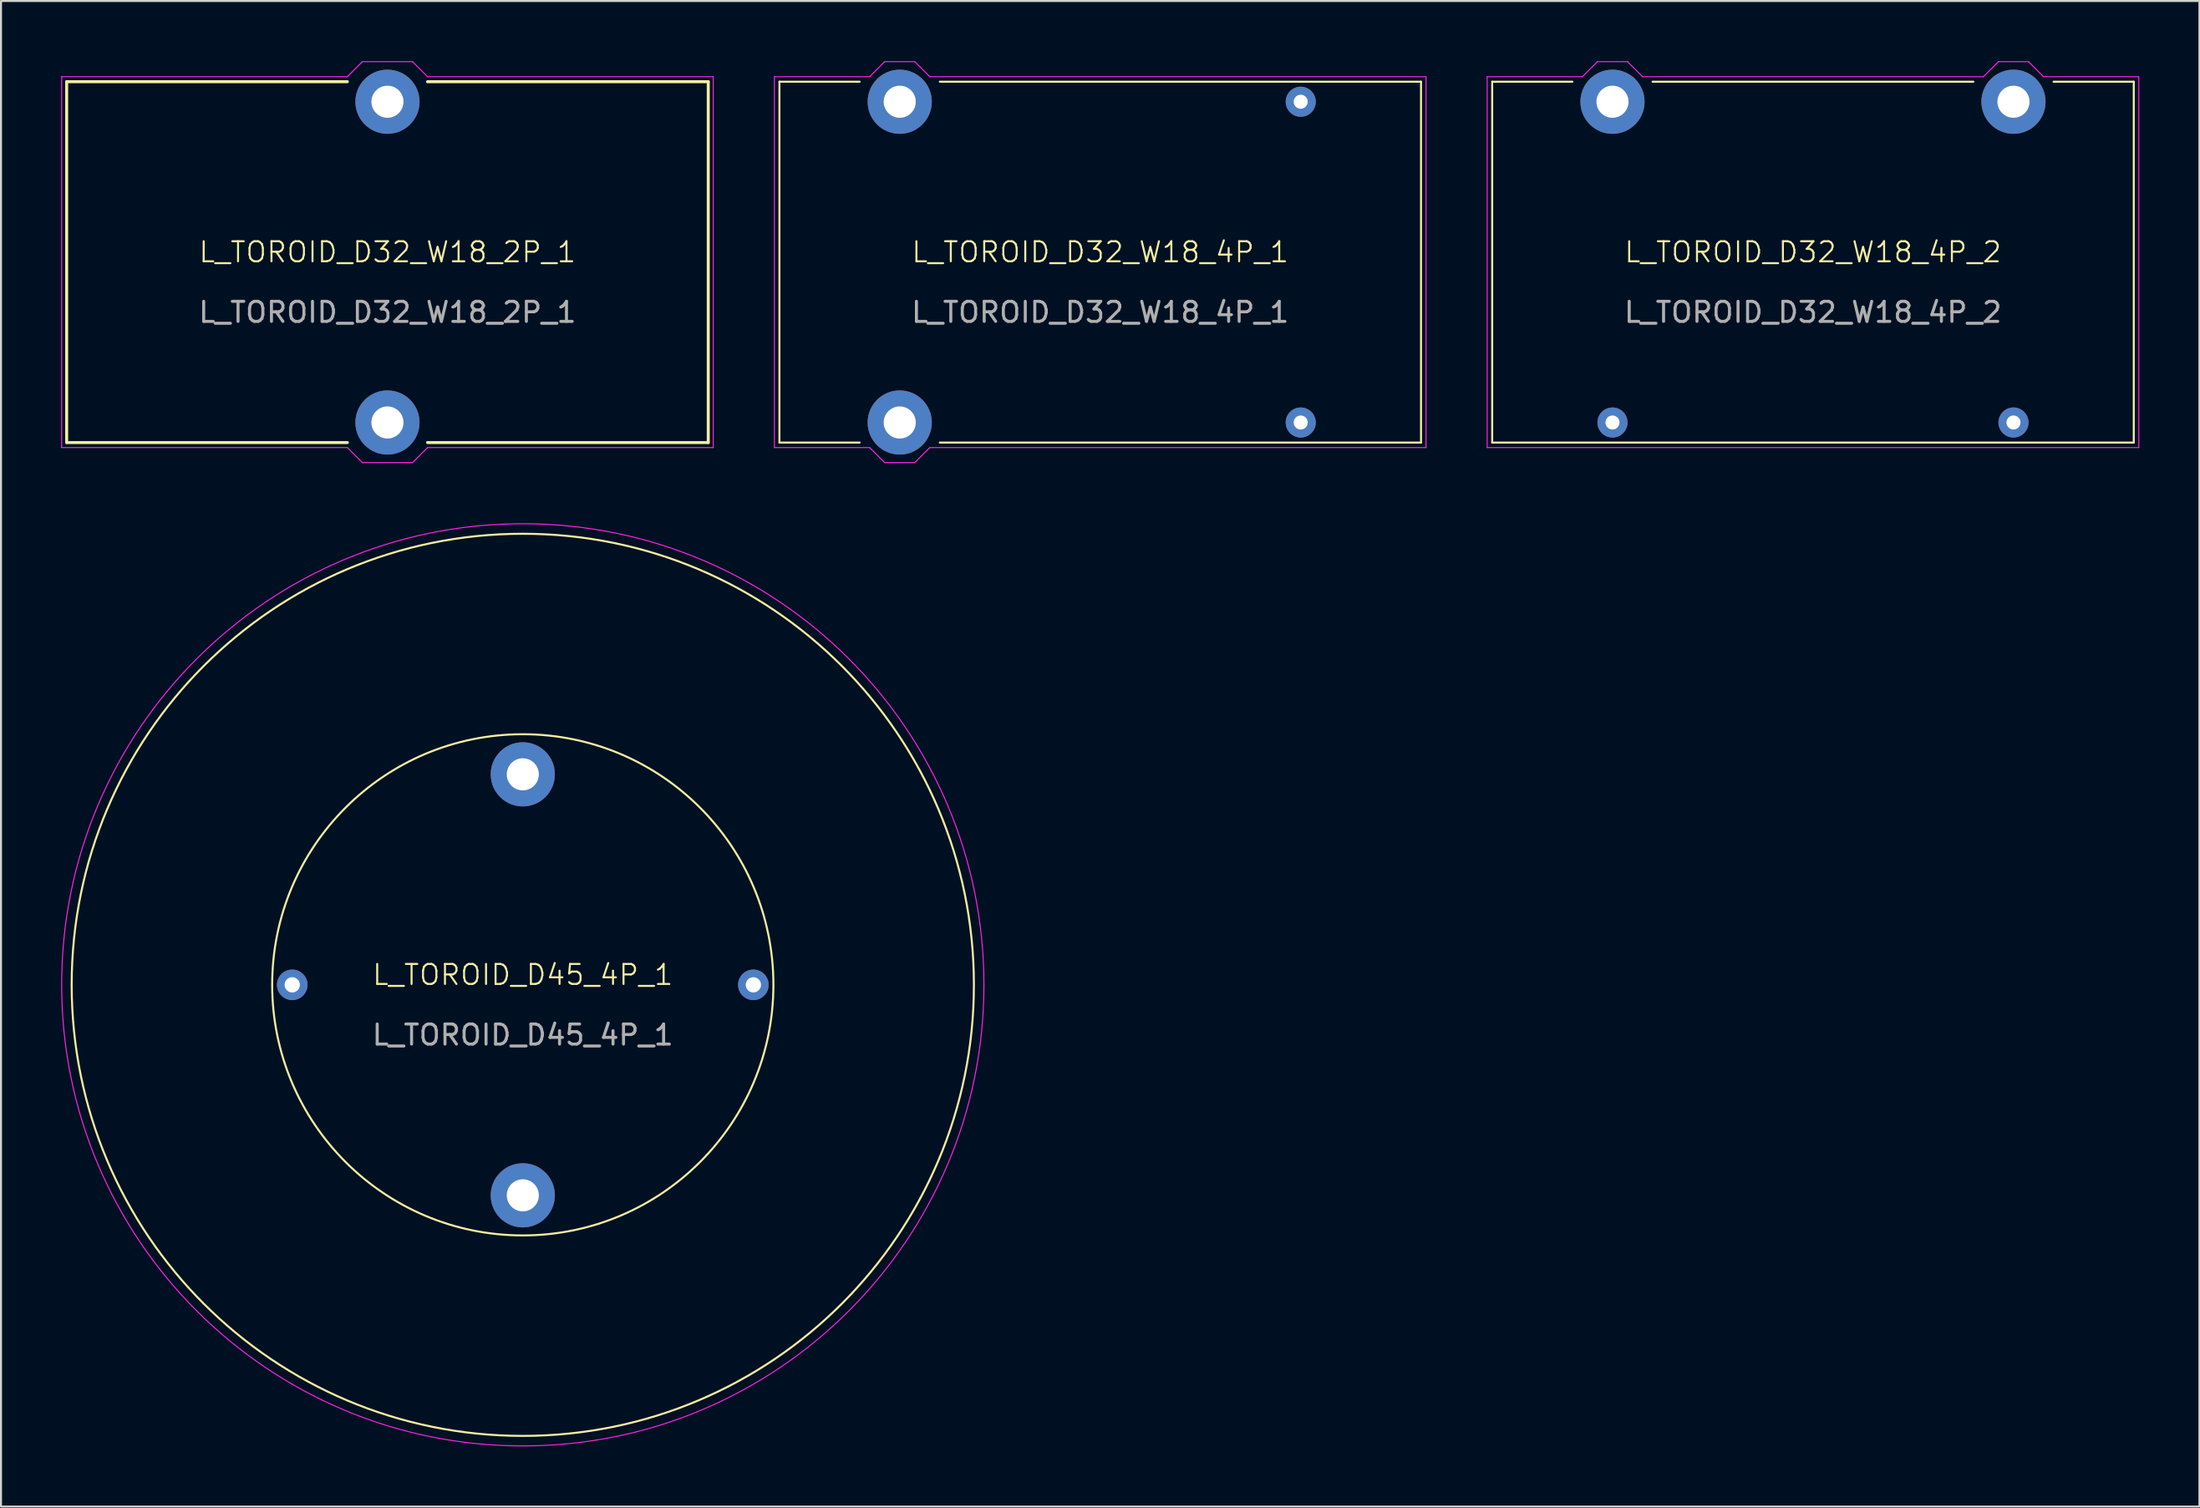
<source format=kicad_pcb>
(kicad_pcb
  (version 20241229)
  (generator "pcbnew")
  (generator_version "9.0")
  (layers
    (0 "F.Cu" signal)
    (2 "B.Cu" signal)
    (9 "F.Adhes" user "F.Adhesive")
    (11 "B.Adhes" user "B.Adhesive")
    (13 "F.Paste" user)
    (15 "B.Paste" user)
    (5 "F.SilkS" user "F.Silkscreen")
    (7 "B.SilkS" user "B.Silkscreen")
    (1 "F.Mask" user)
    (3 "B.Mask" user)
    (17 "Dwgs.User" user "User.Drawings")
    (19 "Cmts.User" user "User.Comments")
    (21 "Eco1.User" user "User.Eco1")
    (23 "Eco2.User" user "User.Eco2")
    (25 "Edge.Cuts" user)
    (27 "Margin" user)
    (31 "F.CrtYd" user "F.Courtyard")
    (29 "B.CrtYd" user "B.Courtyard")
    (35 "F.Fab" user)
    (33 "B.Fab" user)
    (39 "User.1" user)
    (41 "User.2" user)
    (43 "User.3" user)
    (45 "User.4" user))
  (footprint "L_TOROID_D45_4P_1"
    (layer "F.Cu")
    (at 23.025 46.075)
    (property "Reference" "L_TOROID_D45_4P_1" (at 0 -0.5 0) (unlocked yes) (layer "F.SilkS") (effects (font (size 1 1) (thickness 0.1))))
    (attr through_hole)
    (fp_circle (center 0 0) (end 12.5 0) (stroke (width 0.1) (type default)) (fill no) (layer "F.SilkS"))
    (fp_circle (center 0 0) (end 22.5 0) (stroke (width 0.1) (type default)) (fill no) (layer "F.SilkS"))
    (fp_circle (center 0 0) (end 23 0) (stroke (width 0.05) (type default)) (fill no) (layer "F.CrtYd"))
    (fp_text user "${REFERENCE}" (at 0 2.5 0) (unlocked yes) (layer "F.Fab") (effects (font (size 1 1) (thickness 0.15))))
    (pad "1" thru_hole circle (at 0 -10.5) (size 3.2 3.2) (drill 1.6) (layers "*.Cu" "*.Mask"))
    (pad "2" thru_hole circle (at 0 10.5) (size 3.2 3.2) (drill 1.6) (layers "*.Cu" "*.Mask"))
    (pad "3" thru_hole circle (at -11.5 0) (size 1.524 1.524) (drill 0.762) (layers "*.Cu" "*.Mask"))
    (pad "4" thru_hole circle (at 11.5 0) (size 1.524 1.524) (drill 0.762) (layers "*.Cu" "*.Mask")))
  (footprint "L_TOROID_D32_W18_2P_1"
    (layer "F.Cu")
    (at 16.275 10.025)
    (property "Reference" "L_TOROID_D32_W18_2P_1" (at 0 -0.5 0) (unlocked yes) (layer "F.SilkS") (effects (font (size 1 1) (thickness 0.1))))
    (attr through_hole)
    (fp_line (start -16 -9) (end -16 9) (stroke (width 0.15) (type default)) (layer "F.SilkS"))
    (fp_line (start -2 -9) (end -16 -9) (stroke (width 0.15) (type default)) (layer "F.SilkS"))
    (fp_line (start -2 9) (end -16 9) (stroke (width 0.15) (type default)) (layer "F.SilkS"))
    (fp_line (start 16 -9) (end 2 -9) (stroke (width 0.15) (type default)) (layer "F.SilkS"))
    (fp_line (start 16 -9) (end 16 9) (stroke (width 0.15) (type default)) (layer "F.SilkS"))
    (fp_line (start 16 9) (end 2 9) (stroke (width 0.15) (type default)) (layer "F.SilkS"))
    (fp_line (start -16.25 -9.25) (end -2 -9.25) (stroke (width 0.05) (type default)) (layer "F.CrtYd"))
    (fp_line (start -16.25 9.25) (end -16.25 -9.25) (stroke (width 0.05) (type default)) (layer "F.CrtYd"))
    (fp_line (start -2 -9.25) (end -1.25 -10) (stroke (width 0.05) (type default)) (layer "F.CrtYd"))
    (fp_line (start -2 9.25) (end -16.25 9.25) (stroke (width 0.05) (type default)) (layer "F.CrtYd"))
    (fp_line (start -2 9.25) (end -1.25 10) (stroke (width 0.05) (type default)) (layer "F.CrtYd"))
    (fp_line (start -1.25 -10) (end 1.25 -10) (stroke (width 0.05) (type default)) (layer "F.CrtYd"))
    (fp_line (start -1.25 10) (end 1.25 10) (stroke (width 0.05) (type default)) (layer "F.CrtYd"))
    (fp_line (start 1.25 -10) (end 2 -9.25) (stroke (width 0.05) (type default)) (layer "F.CrtYd"))
    (fp_line (start 1.25 10) (end 2 9.25) (stroke (width 0.05) (type default)) (layer "F.CrtYd"))
    (fp_line (start 2 -9.25) (end 16.25 -9.25) (stroke (width 0.05) (type default)) (layer "F.CrtYd"))
    (fp_line (start 2 9.25) (end 16.25 9.25) (stroke (width 0.05) (type default)) (layer "F.CrtYd"))
    (fp_line (start 16.25 -9.25) (end 16.25 9.25) (stroke (width 0.05) (type default)) (layer "F.CrtYd"))
    (fp_text user "${REFERENCE}" (at 0 2.5 0) (unlocked yes) (layer "F.Fab") (effects (font (size 1 1) (thickness 0.15))))
    (pad "1" thru_hole circle (at 0 -8) (size 3.2 3.2) (drill 1.6) (layers "*.Cu" "*.Mask"))
    (pad "2" thru_hole circle (at 0 8) (size 3.2 3.2) (drill 1.6) (layers "*.Cu" "*.Mask")))
  (footprint "L_TOROID_D32_W18_4P_1"
    (layer "F.Cu")
    (at 51.825 10.025)
    (property "Reference" "L_TOROID_D32_W18_4P_1" (at 0 -0.5 0) (unlocked yes) (layer "F.SilkS") (effects (font (size 1 1) (thickness 0.1))))
    (attr through_hole)
    (fp_line (start -16 -9) (end -16 9) (stroke (width 0.1) (type default)) (layer "F.SilkS"))
    (fp_line (start -16 9) (end -12 9) (stroke (width 0.1) (type default)) (layer "F.SilkS"))
    (fp_line (start -12 -9) (end -16 -9) (stroke (width 0.1) (type default)) (layer "F.SilkS"))
    (fp_line (start -8 -9) (end 16 -9) (stroke (width 0.1) (type default)) (layer "F.SilkS"))
    (fp_line (start 16 -9) (end 16 9) (stroke (width 0.1) (type default)) (layer "F.SilkS"))
    (fp_line (start 16 9) (end -8 9) (stroke (width 0.1) (type default)) (layer "F.SilkS"))
    (fp_line (start -16.25 -9.25) (end -11.5 -9.25) (stroke (width 0.05) (type default)) (layer "F.CrtYd"))
    (fp_line (start -16.25 9.25) (end -16.25 -9.25) (stroke (width 0.05) (type default)) (layer "F.CrtYd"))
    (fp_line (start -11.5 -9.25) (end -10.75 -10) (stroke (width 0.05) (type default)) (layer "F.CrtYd"))
    (fp_line (start -11.5 9.25) (end -16.25 9.25) (stroke (width 0.05) (type default)) (layer "F.CrtYd"))
    (fp_line (start -10.75 -10) (end -9.25 -10) (stroke (width 0.05) (type default)) (layer "F.CrtYd"))
    (fp_line (start -10.75 10) (end -11.5 9.25) (stroke (width 0.05) (type default)) (layer "F.CrtYd"))
    (fp_line (start -9.25 -10) (end -8.5 -9.25) (stroke (width 0.05) (type default)) (layer "F.CrtYd"))
    (fp_line (start -9.25 10) (end -10.75 10) (stroke (width 0.05) (type default)) (layer "F.CrtYd"))
    (fp_line (start -8.5 -9.25) (end 16.25 -9.25) (stroke (width 0.05) (type default)) (layer "F.CrtYd"))
    (fp_line (start -8.5 9.25) (end -9.25 10) (stroke (width 0.05) (type default)) (layer "F.CrtYd"))
    (fp_line (start 16.25 -9.25) (end 16.25 9.25) (stroke (width 0.05) (type default)) (layer "F.CrtYd"))
    (fp_line (start 16.25 9.25) (end -8.5 9.25) (stroke (width 0.05) (type default)) (layer "F.CrtYd"))
    (fp_text user "${REFERENCE}" (at 0 2.5 0) (unlocked yes) (layer "F.Fab") (effects (font (size 1 1) (thickness 0.15))))
    (pad "1" thru_hole circle (at -10 -8) (size 3.2 3.2) (drill 1.6) (layers "*.Cu" "*.Mask"))
    (pad "2" thru_hole circle (at -10 8) (size 3.2 3.2) (drill 1.6) (layers "*.Cu" "*.Mask"))
    (pad "3" thru_hole circle (at 10 -8) (size 1.5 1.5) (drill 0.7) (layers "*.Cu" "*.Mask"))
    (pad "4" thru_hole circle (at 10 8) (size 1.5 1.5) (drill 0.7) (layers "*.Cu" "*.Mask")))
  (footprint "L_TOROID_D32_W18_4P_2"
    (layer "F.Cu")
    (at 87.375 10.025)
    (property "Reference" "L_TOROID_D32_W18_4P_2" (at 0 -0.5 0) (unlocked yes) (layer "F.SilkS") (effects (font (size 1 1) (thickness 0.1))))
    (attr through_hole)
    (fp_line (start -16 -9) (end -16 9) (stroke (width 0.1) (type default)) (layer "F.SilkS"))
    (fp_line (start -12 -9) (end -16 -9) (stroke (width 0.1) (type default)) (layer "F.SilkS"))
    (fp_line (start -8 -9) (end 8 -9) (stroke (width 0.1) (type default)) (layer "F.SilkS"))
    (fp_line (start 16 -9) (end 12 -9) (stroke (width 0.1) (type default)) (layer "F.SilkS"))
    (fp_line (start 16 -9) (end 16 9) (stroke (width 0.1) (type default)) (layer "F.SilkS"))
    (fp_line (start 16 9) (end -16 9) (stroke (width 0.1) (type default)) (layer "F.SilkS"))
    (fp_line (start -16.25 -9.25) (end -11.5 -9.25) (stroke (width 0.05) (type default)) (layer "F.CrtYd"))
    (fp_line (start -16.25 9.25) (end -16.25 -9.25) (stroke (width 0.05) (type default)) (layer "F.CrtYd"))
    (fp_line (start -11.5 -9.25) (end -10.75 -10) (stroke (width 0.05) (type default)) (layer "F.CrtYd"))
    (fp_line (start -10.75 -10) (end -9.25 -10) (stroke (width 0.05) (type default)) (layer "F.CrtYd"))
    (fp_line (start -9.25 -10) (end -8.5 -9.25) (stroke (width 0.05) (type default)) (layer "F.CrtYd"))
    (fp_line (start -8.5 -9.25) (end 8.5 -9.25) (stroke (width 0.05) (type default)) (layer "F.CrtYd"))
    (fp_line (start 8.5 -9.25) (end 9.25 -10) (stroke (width 0.05) (type default)) (layer "F.CrtYd"))
    (fp_line (start 9.25 -10) (end 10.75 -10) (stroke (width 0.05) (type default)) (layer "F.CrtYd"))
    (fp_line (start 10.75 -10) (end 11.5 -9.25) (stroke (width 0.05) (type default)) (layer "F.CrtYd"))
    (fp_line (start 11.5 -9.25) (end 16.25 -9.25) (stroke (width 0.05) (type default)) (layer "F.CrtYd"))
    (fp_line (start 16.25 -9.25) (end 16.25 9.25) (stroke (width 0.05) (type default)) (layer "F.CrtYd"))
    (fp_line (start 16.25 9.25) (end -16.25 9.25) (stroke (width 0.05) (type default)) (layer "F.CrtYd"))
    (fp_text user "${REFERENCE}" (at 0 2.5 0) (unlocked yes) (layer "F.Fab") (effects (font (size 1 1) (thickness 0.15))))
    (pad "1" thru_hole circle (at -10 -8) (size 3.2 3.2) (drill 1.6) (layers "*.Cu" "*.Mask"))
    (pad "2" thru_hole circle (at 10 -8) (size 3.2 3.2) (drill 1.6) (layers "*.Cu" "*.Mask"))
    (pad "3" thru_hole circle (at -10 8) (size 1.5 1.5) (drill 0.7) (layers "*.Cu" "*.Mask"))
    (pad "4" thru_hole circle (at 10 8) (size 1.5 1.5) (drill 0.7) (layers "*.Cu" "*.Mask")))
  (gr_rect
    (start -3 -3)
    (end 106.65 72.1)
    (stroke (width 0.1) (type default))
    (fill no)
    (layer "Edge.Cuts")))
</source>
